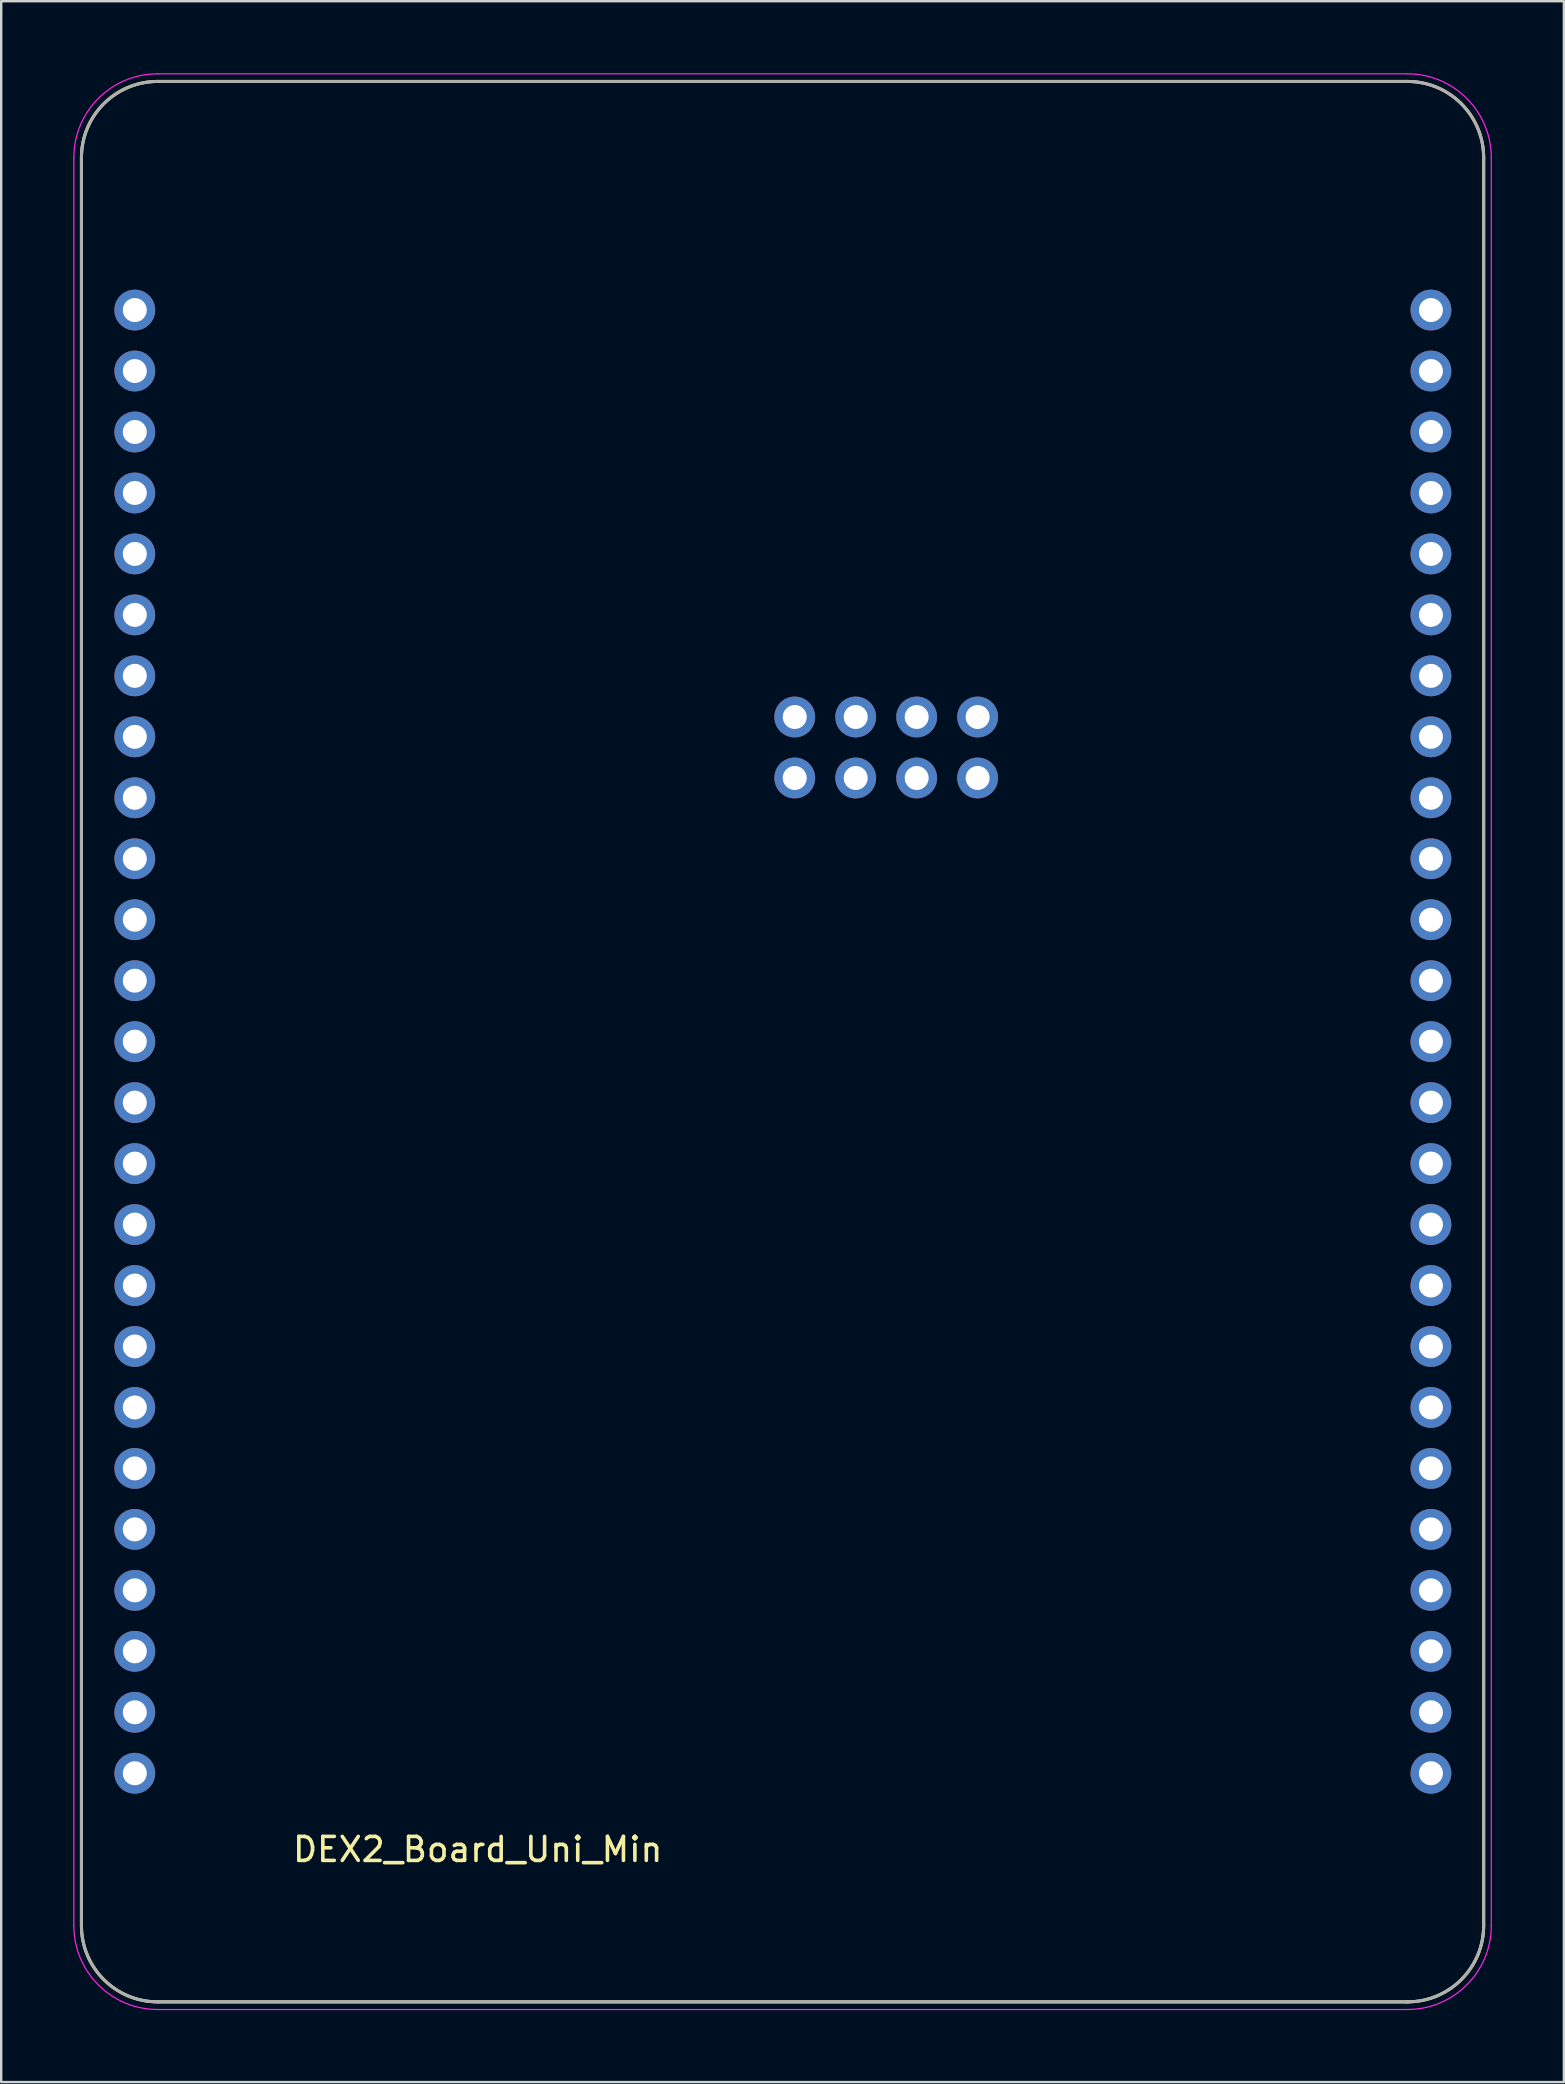
<source format=kicad_pcb>
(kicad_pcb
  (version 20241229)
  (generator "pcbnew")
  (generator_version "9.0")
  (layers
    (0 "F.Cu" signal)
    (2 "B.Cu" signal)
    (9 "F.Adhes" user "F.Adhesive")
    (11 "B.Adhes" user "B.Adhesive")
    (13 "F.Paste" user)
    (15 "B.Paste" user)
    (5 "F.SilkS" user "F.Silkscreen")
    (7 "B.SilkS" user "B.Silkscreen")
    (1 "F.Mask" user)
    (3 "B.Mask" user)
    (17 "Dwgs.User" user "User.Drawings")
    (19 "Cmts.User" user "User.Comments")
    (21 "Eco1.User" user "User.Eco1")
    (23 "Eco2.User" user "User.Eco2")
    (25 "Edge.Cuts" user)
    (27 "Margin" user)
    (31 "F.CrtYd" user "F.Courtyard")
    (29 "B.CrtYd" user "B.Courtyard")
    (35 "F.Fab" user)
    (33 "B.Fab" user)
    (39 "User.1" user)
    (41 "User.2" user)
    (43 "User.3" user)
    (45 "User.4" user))
  (footprint "DEX2_Board_Uni_Min"
    (layer "F.Cu")
    (at 0.343 80.353)
    (property "Reference" "DEX2_Board_Uni_Min" (at 16.51 -6.35 0) (layer "F.SilkS") (effects (font (size 1 1) (thickness 0.15))))
    (attr through_hole)
    (fp_line (start 0 -3.175) (end 0 -76.835) (stroke (width 0.127) (type solid)) (layer "F.SilkS"))
    (fp_line (start 3.175 -80.01) (end 55.245 -80.01) (stroke (width 0.127) (type solid)) (layer "F.SilkS"))
    (fp_line (start 55.245 0) (end 3.175 0) (stroke (width 0.127) (type solid)) (layer "F.SilkS"))
    (fp_line (start 58.42 -76.835) (end 58.42 -3.175) (stroke (width 0.127) (type solid)) (layer "F.SilkS"))
    (fp_arc (start 0 -76.835) (mid 0.929936 -79.080064) (end 3.175 -80.01) (stroke (width 0.127) (type solid)) (layer "F.SilkS"))
    (fp_arc (start 3.175 0) (mid 0.929936 -0.929936) (end 0 -3.175) (stroke (width 0.127) (type solid)) (layer "F.SilkS"))
    (fp_arc (start 55.245 -80.01) (mid 57.490064 -79.080064) (end 58.42 -76.835) (stroke (width 0.127) (type solid)) (layer "F.SilkS"))
    (fp_arc (start 58.42 -3.175) (mid 57.490064 -0.929936) (end 55.245 0) (stroke (width 0.127) (type solid)) (layer "F.SilkS"))
    (fp_line (start -0.318 -3.175) (end -0.318 -76.835) (stroke (width 0.05) (type solid)) (layer "F.CrtYd"))
    (fp_line (start 3.175 -80.328) (end 55.245 -80.328) (stroke (width 0.05) (type solid)) (layer "F.CrtYd"))
    (fp_line (start 55.245 0.318) (end 3.175 0.318) (stroke (width 0.05) (type solid)) (layer "F.CrtYd"))
    (fp_line (start 58.737 -76.835) (end 58.737 -3.175) (stroke (width 0.05) (type solid)) (layer "F.CrtYd"))
    (fp_arc (start -0.3175 -76.835) (mid 0.70543 -79.30457) (end 3.175 -80.3275) (stroke (width 0.05) (type solid)) (layer "F.CrtYd"))
    (fp_arc (start 3.175 0.3175) (mid 0.70543 -0.70543) (end -0.3175 -3.175) (stroke (width 0.05) (type solid)) (layer "F.CrtYd"))
    (fp_arc (start 55.245 -80.3275) (mid 57.71457 -79.30457) (end 58.7375 -76.835) (stroke (width 0.05) (type solid)) (layer "F.CrtYd"))
    (fp_arc (start 58.7375 -3.175) (mid 57.71457 -0.70543) (end 55.245 0.3175) (stroke (width 0.05) (type solid)) (layer "F.CrtYd"))
    (fp_line (start 0 -3.175) (end 0 -76.835) (stroke (width 0.127) (type solid)) (layer "F.Fab"))
    (fp_line (start 3.175 -80.01) (end 55.245 -80.01) (stroke (width 0.127) (type solid)) (layer "F.Fab"))
    (fp_line (start 55.245 0) (end 3.175 0) (stroke (width 0.127) (type solid)) (layer "F.Fab"))
    (fp_line (start 58.42 -76.835) (end 58.42 -3.175) (stroke (width 0.127) (type solid)) (layer "F.Fab"))
    (fp_arc (start 0 -76.835) (mid 0.929936 -79.080064) (end 3.175 -80.01) (stroke (width 0.127) (type solid)) (layer "F.Fab"))
    (fp_arc (start 3.175 0) (mid 0.929936 -0.929936) (end 0 -3.175) (stroke (width 0.127) (type solid)) (layer "F.Fab"))
    (fp_arc (start 55.245 -80.01) (mid 57.490064 -79.080064) (end 58.42 -76.835) (stroke (width 0.127) (type solid)) (layer "F.Fab"))
    (fp_arc (start 58.42 -3.175) (mid 57.490064 -0.929936) (end 55.245 0) (stroke (width 0.127) (type solid)) (layer "F.Fab"))
    (pad "1" thru_hole circle (at 2.223 -70.485) (size 1.7 1.7) (drill 1) (layers "*.Cu" "*.Mask"))
    (pad "2" thru_hole circle (at 2.223 -67.945) (size 1.7 1.7) (drill 1) (layers "*.Cu" "*.Mask"))
    (pad "3" thru_hole circle (at 2.223 -65.405) (size 1.7 1.7) (drill 1) (layers "*.Cu" "*.Mask"))
    (pad "4" thru_hole circle (at 2.223 -62.865) (size 1.7 1.7) (drill 1) (layers "*.Cu" "*.Mask"))
    (pad "5" thru_hole circle (at 2.223 -60.325) (size 1.7 1.7) (drill 1) (layers "*.Cu" "*.Mask"))
    (pad "6" thru_hole circle (at 2.223 -57.785) (size 1.7 1.7) (drill 1) (layers "*.Cu" "*.Mask"))
    (pad "7" thru_hole circle (at 2.223 -55.245) (size 1.7 1.7) (drill 1) (layers "*.Cu" "*.Mask"))
    (pad "8" thru_hole circle (at 2.223 -52.705) (size 1.7 1.7) (drill 1) (layers "*.Cu" "*.Mask"))
    (pad "9" thru_hole circle (at 2.223 -50.165) (size 1.7 1.7) (drill 1) (layers "*.Cu" "*.Mask"))
    (pad "10" thru_hole circle (at 2.223 -47.625) (size 1.7 1.7) (drill 1) (layers "*.Cu" "*.Mask"))
    (pad "11" thru_hole circle (at 2.223 -45.085) (size 1.7 1.7) (drill 1) (layers "*.Cu" "*.Mask"))
    (pad "12" thru_hole circle (at 2.223 -42.545) (size 1.7 1.7) (drill 1) (layers "*.Cu" "*.Mask"))
    (pad "13" thru_hole circle (at 2.223 -40.005) (size 1.7 1.7) (drill 1) (layers "*.Cu" "*.Mask"))
    (pad "14" thru_hole circle (at 2.223 -37.465) (size 1.7 1.7) (drill 1) (layers "*.Cu" "*.Mask"))
    (pad "15" thru_hole circle (at 2.223 -34.925) (size 1.7 1.7) (drill 1) (layers "*.Cu" "*.Mask"))
    (pad "16" thru_hole circle (at 2.223 -32.385) (size 1.7 1.7) (drill 1) (layers "*.Cu" "*.Mask"))
    (pad "17" thru_hole circle (at 2.223 -29.845) (size 1.7 1.7) (drill 1) (layers "*.Cu" "*.Mask"))
    (pad "18" thru_hole circle (at 2.223 -27.305) (size 1.7 1.7) (drill 1) (layers "*.Cu" "*.Mask"))
    (pad "19" thru_hole circle (at 2.223 -24.765) (size 1.7 1.7) (drill 1) (layers "*.Cu" "*.Mask"))
    (pad "20" thru_hole circle (at 2.223 -22.225) (size 1.7 1.7) (drill 1) (layers "*.Cu" "*.Mask"))
    (pad "21" thru_hole circle (at 2.223 -19.685) (size 1.7 1.7) (drill 1) (layers "*.Cu" "*.Mask"))
    (pad "22" thru_hole circle (at 2.223 -17.145) (size 1.7 1.7) (drill 1) (layers "*.Cu" "*.Mask"))
    (pad "23" thru_hole circle (at 2.223 -14.605) (size 1.7 1.7) (drill 1) (layers "*.Cu" "*.Mask"))
    (pad "24" thru_hole circle (at 2.223 -12.065) (size 1.7 1.7) (drill 1) (layers "*.Cu" "*.Mask"))
    (pad "25" thru_hole circle (at 2.223 -9.525) (size 1.7 1.7) (drill 1) (layers "*.Cu" "*.Mask"))
    (pad "26" thru_hole circle (at 56.223 -9.525) (size 1.7 1.7) (drill 1) (layers "*.Cu" "*.Mask"))
    (pad "27" thru_hole circle (at 56.223 -12.065) (size 1.7 1.7) (drill 1) (layers "*.Cu" "*.Mask"))
    (pad "28" thru_hole circle (at 56.223 -14.605) (size 1.7 1.7) (drill 1) (layers "*.Cu" "*.Mask"))
    (pad "29" thru_hole circle (at 56.223 -17.145) (size 1.7 1.7) (drill 1) (layers "*.Cu" "*.Mask"))
    (pad "30" thru_hole circle (at 56.223 -19.685) (size 1.7 1.7) (drill 1) (layers "*.Cu" "*.Mask"))
    (pad "31" thru_hole circle (at 56.223 -22.225) (size 1.7 1.7) (drill 1) (layers "*.Cu" "*.Mask"))
    (pad "32" thru_hole circle (at 56.223 -24.765) (size 1.7 1.7) (drill 1) (layers "*.Cu" "*.Mask"))
    (pad "33" thru_hole circle (at 56.223 -27.305) (size 1.7 1.7) (drill 1) (layers "*.Cu" "*.Mask"))
    (pad "34" thru_hole circle (at 56.223 -29.845) (size 1.7 1.7) (drill 1) (layers "*.Cu" "*.Mask"))
    (pad "35" thru_hole circle (at 56.223 -32.385) (size 1.7 1.7) (drill 1) (layers "*.Cu" "*.Mask"))
    (pad "36" thru_hole circle (at 56.223 -34.925) (size 1.7 1.7) (drill 1) (layers "*.Cu" "*.Mask"))
    (pad "37" thru_hole circle (at 56.223 -37.465) (size 1.7 1.7) (drill 1) (layers "*.Cu" "*.Mask"))
    (pad "38" thru_hole circle (at 56.223 -40.005) (size 1.7 1.7) (drill 1) (layers "*.Cu" "*.Mask"))
    (pad "39" thru_hole circle (at 56.223 -42.545) (size 1.7 1.7) (drill 1) (layers "*.Cu" "*.Mask"))
    (pad "40" thru_hole circle (at 56.223 -45.085) (size 1.7 1.7) (drill 1) (layers "*.Cu" "*.Mask"))
    (pad "41" thru_hole circle (at 56.223 -47.625) (size 1.7 1.7) (drill 1) (layers "*.Cu" "*.Mask"))
    (pad "42" thru_hole circle (at 56.223 -50.165) (size 1.7 1.7) (drill 1) (layers "*.Cu" "*.Mask"))
    (pad "43" thru_hole circle (at 56.223 -52.705) (size 1.7 1.7) (drill 1) (layers "*.Cu" "*.Mask"))
    (pad "44" thru_hole circle (at 56.223 -55.245) (size 1.7 1.7) (drill 1) (layers "*.Cu" "*.Mask"))
    (pad "45" thru_hole circle (at 56.223 -57.785) (size 1.7 1.7) (drill 1) (layers "*.Cu" "*.Mask"))
    (pad "46" thru_hole circle (at 56.223 -60.325) (size 1.7 1.7) (drill 1) (layers "*.Cu" "*.Mask"))
    (pad "47" thru_hole circle (at 56.223 -62.865) (size 1.7 1.7) (drill 1) (layers "*.Cu" "*.Mask"))
    (pad "48" thru_hole circle (at 56.223 -65.405) (size 1.7 1.7) (drill 1) (layers "*.Cu" "*.Mask"))
    (pad "49" thru_hole circle (at 56.223 -67.945) (size 1.7 1.7) (drill 1) (layers "*.Cu" "*.Mask"))
    (pad "50" thru_hole circle (at 56.223 -70.485) (size 1.7 1.7) (drill 1) (layers "*.Cu" "*.Mask"))
    (pad "64" thru_hole circle (at 29.718 -50.99) (size 1.7 1.7) (drill 1) (layers "*.Cu" "*.Mask"))
    (pad "65" thru_hole circle (at 32.258 -50.99) (size 1.7 1.7) (drill 1) (layers "*.Cu" "*.Mask"))
    (pad "66" thru_hole circle (at 34.798 -50.99) (size 1.7 1.7) (drill 1) (layers "*.Cu" "*.Mask"))
    (pad "67" thru_hole circle (at 37.338 -50.99) (size 1.7 1.7) (drill 1) (layers "*.Cu" "*.Mask"))
    (pad "68" thru_hole circle (at 29.718 -53.531) (size 1.7 1.7) (drill 1) (layers "*.Cu" "*.Mask"))
    (pad "69" thru_hole circle (at 32.258 -53.531) (size 1.7 1.7) (drill 1) (layers "*.Cu" "*.Mask"))
    (pad "70" thru_hole circle (at 34.798 -53.531) (size 1.7 1.7) (drill 1) (layers "*.Cu" "*.Mask"))
    (pad "71" thru_hole circle (at 37.338 -53.531) (size 1.7 1.7) (drill 1) (layers "*.Cu" "*.Mask")))
  (gr_rect
    (start -3 -3)
    (end 62.105 83.695)
    (stroke (width 0.1) (type default))
    (fill no)
    (layer "Edge.Cuts")))
</source>
